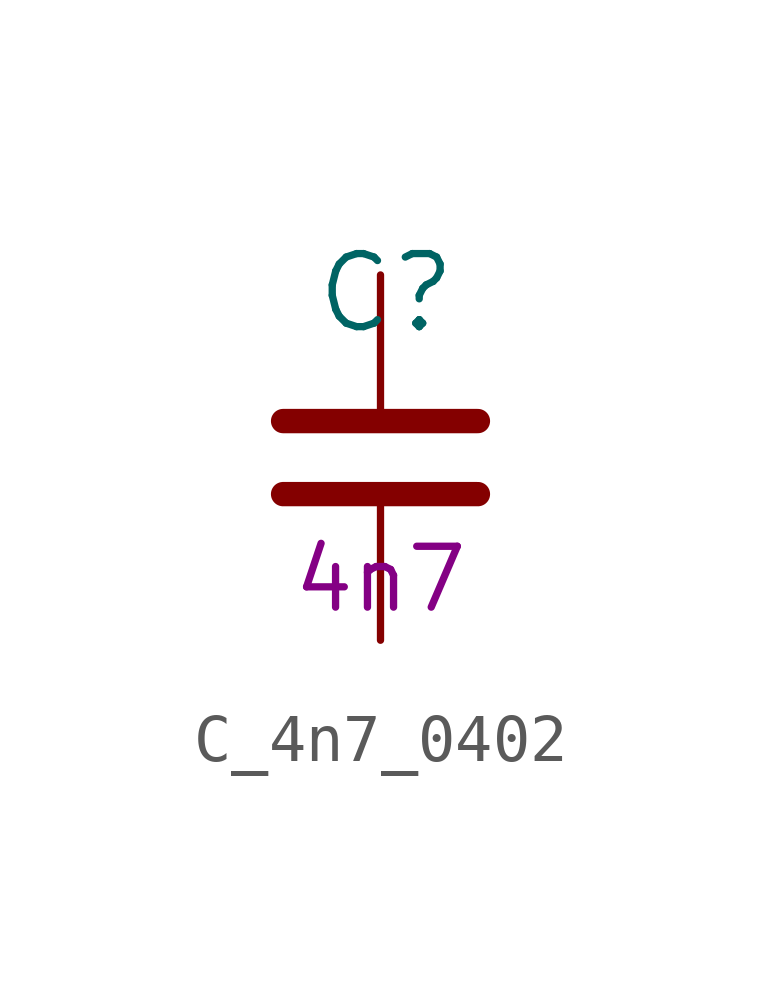
<source format=kicad_sym>
(kicad_symbol_lib
  (version 20211014)
  (generator kicad_symbol_editor)
  (symbol "C_4n7_0402"
    (pin_names
      (offset 0))
    (property "Reference" "C"
      (at -1.397 3.429 0)
      (effects (font (size 1.524 1.524)) (justify left)))
    (property "Val" "4n7"
      (at 0 -2.54 0)
      (effects (font (size 1.27 1.27))))
    (symbol "C_4n7_0402_1_1"
      (polyline (pts (xy -2.032 -0.762) (xy 2.032 -0.762)) (stroke (width 0.508) (type default) (color 0 0 0 0)) (fill (type none)))
      (polyline (pts (xy -2.032 0.762) (xy 2.032 0.762)) (stroke (width 0.508) (type default) (color 0 0 0 0)) (fill (type none)))
      (pin passive line (at 0 3.81 270) (length 2.794) (name "~" (effects (font (size 0 0)))) (number "1" (effects (font (size 0 0)))))
      (pin passive line (at 0 -3.81 90) (length 2.794) (name "~" (effects (font (size 0 0)))) (number "2" (effects (font (size 0 0))))))))
</source>
